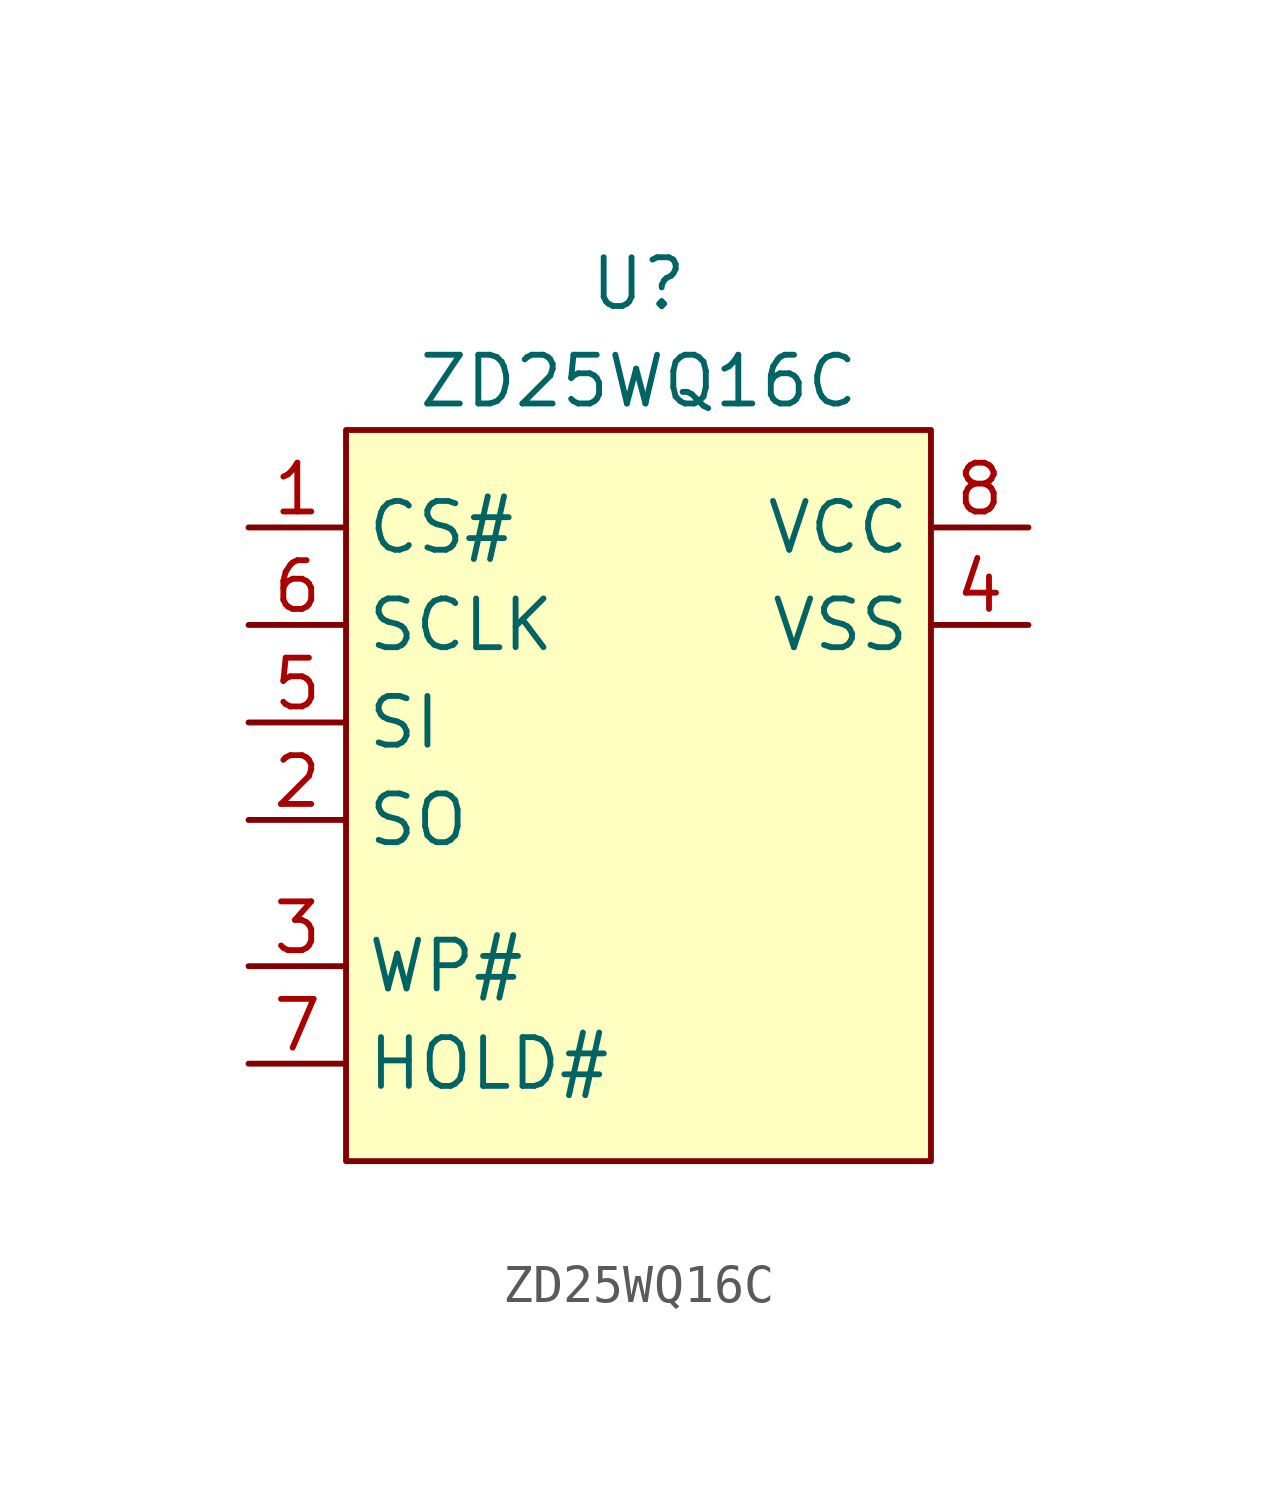
<source format=kicad_sym>
(kicad_symbol_lib
  (version 20241209)
  (generator "kicad_symbol_editor")
  (generator_version "9.0")
  (symbol "ZD25WQ16C"
    (property "Reference" "U"
      (at 0 3.81 0)
      (effects (font (size 1.27 1.27))))
    (property "Value" "ZD25WQ16C"
      (at 0 1.27 0)
      (effects (font (size 1.27 1.27))))
    (symbol "ZD25WQ16C_1_1"
      (rectangle (start -7.62 0) (end 7.62 -19.05) (stroke (width 0) (type solid)) (fill (type background)))
      (pin input line (at -10.16 -2.54 0) (length 2.54) (name "CS#" (effects (font (size 1.27 1.27)))) (number "1" (effects (font (size 1.27 1.27)))))
      (pin input line (at -10.16 -5.08 0) (length 2.54) (name "SCLK" (effects (font (size 1.27 1.27)))) (number "6" (effects (font (size 1.27 1.27)))))
      (pin input line (at -10.16 -7.62 0) (length 2.54) (name "SI" (effects (font (size 1.27 1.27)))) (number "5" (effects (font (size 1.27 1.27)))) (alternate "IO0" bidirectional line))
      (pin output line (at -10.16 -10.16 0) (length 2.54) (name "SO" (effects (font (size 1.27 1.27)))) (number "2" (effects (font (size 1.27 1.27)))) (alternate "IO1" bidirectional line))
      (pin input line (at -10.16 -13.97 0) (length 2.54) (name "WP#" (effects (font (size 1.27 1.27)))) (number "3" (effects (font (size 1.27 1.27)))) (alternate "IO2" bidirectional line))
      (pin input line (at -10.16 -16.51 0) (length 2.54) (name "HOLD#" (effects (font (size 1.27 1.27)))) (number "7" (effects (font (size 1.27 1.27)))) (alternate "IO3" bidirectional line))
      (pin power_in line (at 10.16 -2.54 180) (length 2.54) (name "VCC" (effects (font (size 1.27 1.27)))) (number "8" (effects (font (size 1.27 1.27)))))
      (pin passive line (at 10.16 -5.08 180) (length 2.54) (name "VSS" (effects (font (size 1.27 1.27)))) (number "4" (effects (font (size 1.27 1.27))))))))
</source>
